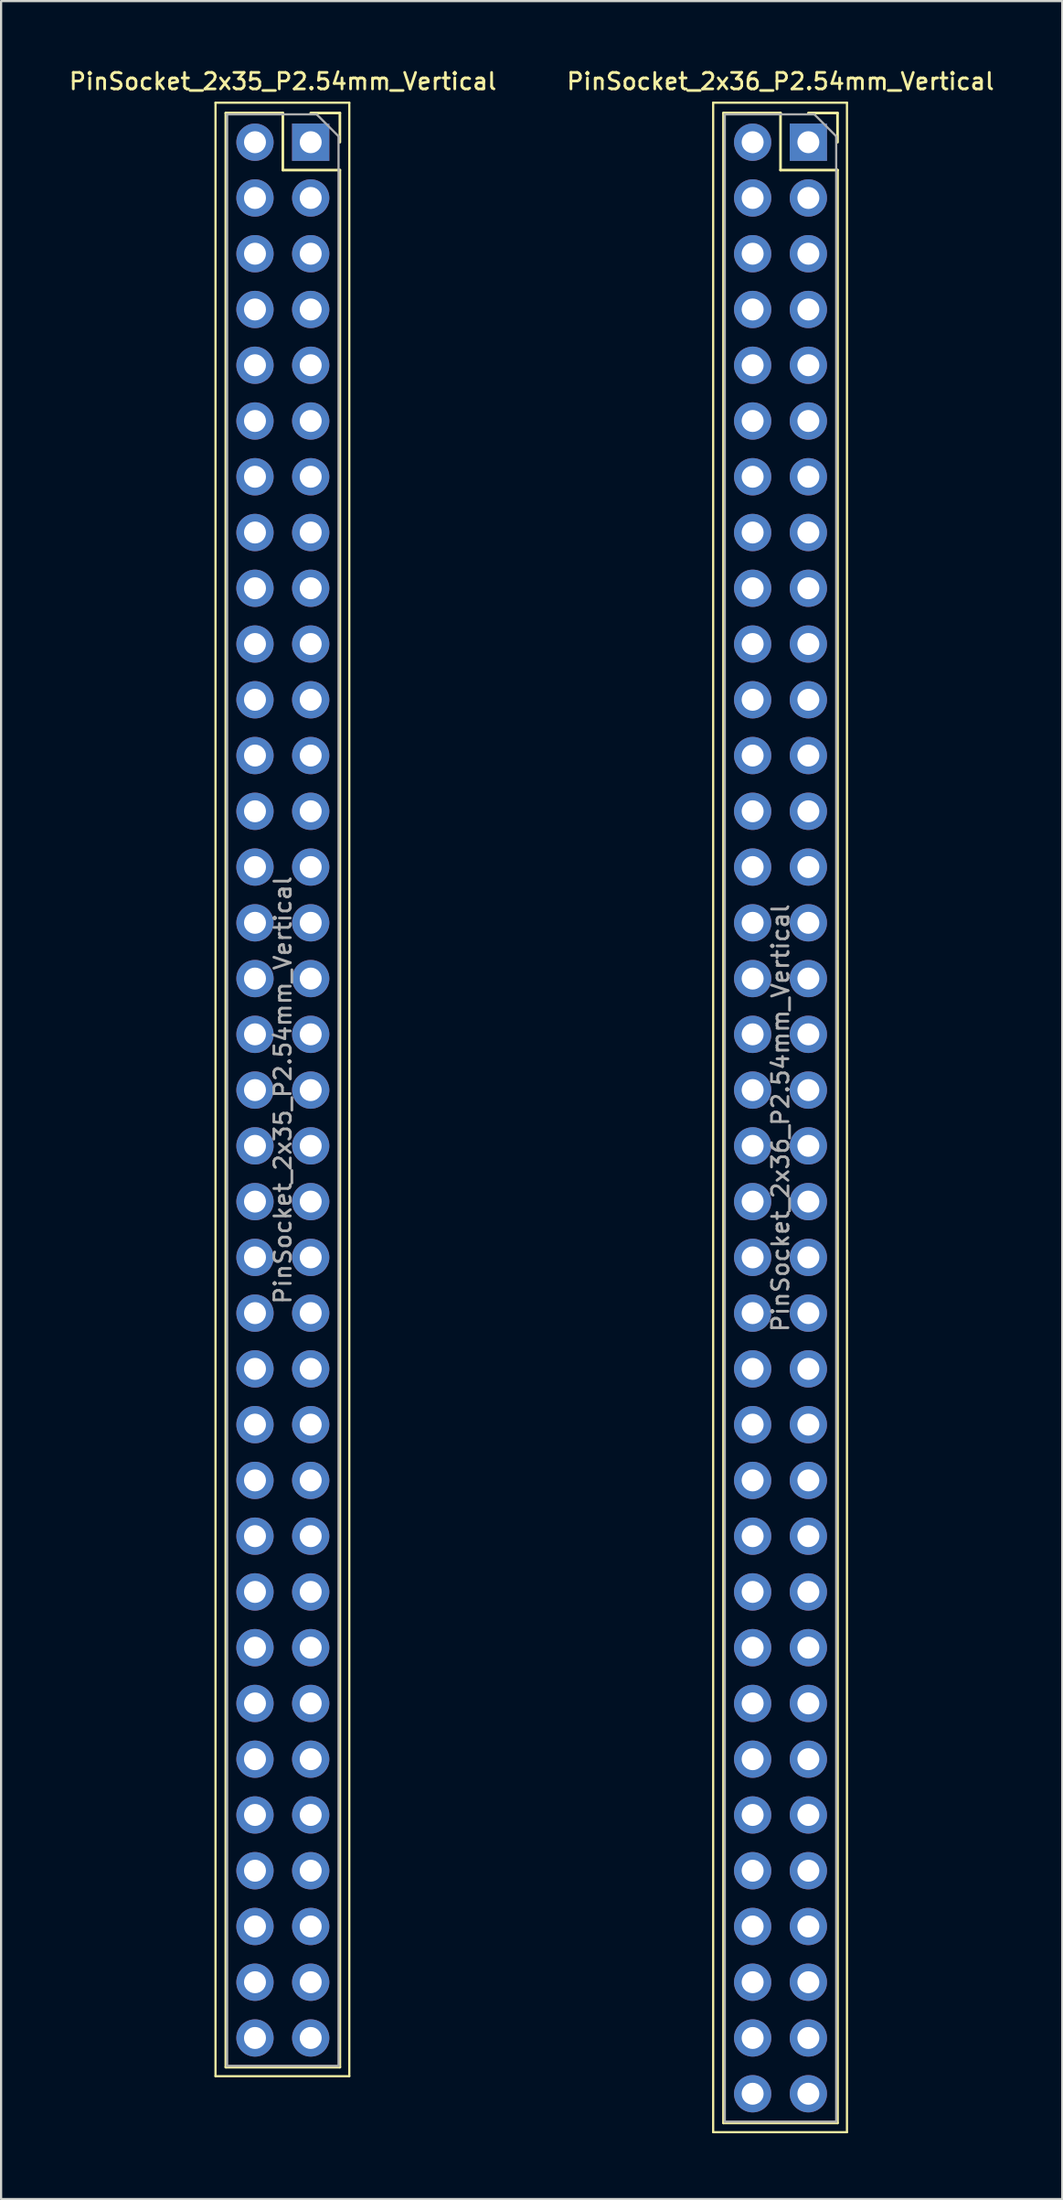
<source format=kicad_pcb>
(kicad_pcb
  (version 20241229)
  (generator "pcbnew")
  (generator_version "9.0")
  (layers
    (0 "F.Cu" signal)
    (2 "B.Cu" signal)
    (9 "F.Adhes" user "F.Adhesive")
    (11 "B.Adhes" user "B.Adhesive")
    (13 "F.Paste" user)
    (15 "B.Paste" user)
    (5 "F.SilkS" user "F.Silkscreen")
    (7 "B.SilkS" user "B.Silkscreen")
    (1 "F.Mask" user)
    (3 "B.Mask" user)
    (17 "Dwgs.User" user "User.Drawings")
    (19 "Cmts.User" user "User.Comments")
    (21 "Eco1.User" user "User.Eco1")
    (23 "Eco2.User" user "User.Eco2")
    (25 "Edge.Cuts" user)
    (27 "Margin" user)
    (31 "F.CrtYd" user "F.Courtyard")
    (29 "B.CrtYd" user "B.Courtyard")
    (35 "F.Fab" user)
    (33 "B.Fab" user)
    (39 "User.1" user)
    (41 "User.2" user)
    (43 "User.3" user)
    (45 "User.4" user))
  (footprint "PinSocket_2x36_P2.54mm_Vertical"
    (layer "F.Cu")
    (at 33.804 3.428)
    (property "Reference" "PinSocket_2x36_P2.54mm_Vertical" (at -1.27 -2.77 0) (layer "F.SilkS") (effects (font (size 0.75 0.75) (thickness 0.125))))
    (attr through_hole)
    (fp_line (start -4.34 -1.8) (end 1.76 -1.8) (stroke (width 0.1) (type solid)) (layer "F.SilkS"))
    (fp_line (start -4.34 90.65) (end -4.34 -1.8) (stroke (width 0.1) (type solid)) (layer "F.SilkS"))
    (fp_line (start -3.87 -1.33) (end -3.87 90.23) (stroke (width 0.12) (type solid)) (layer "F.SilkS"))
    (fp_line (start -3.87 -1.33) (end -1.27 -1.33) (stroke (width 0.12) (type solid)) (layer "F.SilkS"))
    (fp_line (start -3.87 90.23) (end 1.33 90.23) (stroke (width 0.12) (type solid)) (layer "F.SilkS"))
    (fp_line (start -1.27 -1.33) (end -1.27 1.27) (stroke (width 0.12) (type solid)) (layer "F.SilkS"))
    (fp_line (start -1.27 1.27) (end 1.33 1.27) (stroke (width 0.12) (type solid)) (layer "F.SilkS"))
    (fp_line (start 0 -1.33) (end 1.33 -1.33) (stroke (width 0.12) (type solid)) (layer "F.SilkS"))
    (fp_line (start 1.33 -1.33) (end 1.33 0) (stroke (width 0.12) (type solid)) (layer "F.SilkS"))
    (fp_line (start 1.33 1.27) (end 1.33 90.23) (stroke (width 0.12) (type solid)) (layer "F.SilkS"))
    (fp_line (start 1.76 -1.8) (end 1.76 90.65) (stroke (width 0.1) (type solid)) (layer "F.SilkS"))
    (fp_line (start 1.76 90.65) (end -4.34 90.65) (stroke (width 0.1) (type solid)) (layer "F.SilkS"))
    (fp_line (start -3.81 -1.27) (end 0.27 -1.27) (stroke (width 0.1) (type solid)) (layer "F.Fab"))
    (fp_line (start -3.81 90.17) (end -3.81 -1.27) (stroke (width 0.1) (type solid)) (layer "F.Fab"))
    (fp_line (start 0.27 -1.27) (end 1.27 -0.27) (stroke (width 0.1) (type solid)) (layer "F.Fab"))
    (fp_line (start 1.27 -0.27) (end 1.27 90.17) (stroke (width 0.1) (type solid)) (layer "F.Fab"))
    (fp_line (start 1.27 90.17) (end -3.81 90.17) (stroke (width 0.1) (type solid)) (layer "F.Fab"))
    (fp_text user "${REFERENCE}" (at -1.27 44.45 90) (layer "F.Fab") (effects (font (size 0.75 0.75) (thickness 0.125))))
    (pad "1" thru_hole rect (at 0 0) (size 1.7 1.7) (drill 1) (layers "*.Cu" "*.Mask"))
    (pad "2" thru_hole oval (at -2.54 0) (size 1.7 1.7) (drill 1) (layers "*.Cu" "*.Mask"))
    (pad "3" thru_hole oval (at 0 2.54) (size 1.7 1.7) (drill 1) (layers "*.Cu" "*.Mask"))
    (pad "4" thru_hole oval (at -2.54 2.54) (size 1.7 1.7) (drill 1) (layers "*.Cu" "*.Mask"))
    (pad "5" thru_hole oval (at 0 5.08) (size 1.7 1.7) (drill 1) (layers "*.Cu" "*.Mask"))
    (pad "6" thru_hole oval (at -2.54 5.08) (size 1.7 1.7) (drill 1) (layers "*.Cu" "*.Mask"))
    (pad "7" thru_hole oval (at 0 7.62) (size 1.7 1.7) (drill 1) (layers "*.Cu" "*.Mask"))
    (pad "8" thru_hole oval (at -2.54 7.62) (size 1.7 1.7) (drill 1) (layers "*.Cu" "*.Mask"))
    (pad "9" thru_hole oval (at 0 10.16) (size 1.7 1.7) (drill 1) (layers "*.Cu" "*.Mask"))
    (pad "10" thru_hole oval (at -2.54 10.16) (size 1.7 1.7) (drill 1) (layers "*.Cu" "*.Mask"))
    (pad "11" thru_hole oval (at 0 12.7) (size 1.7 1.7) (drill 1) (layers "*.Cu" "*.Mask"))
    (pad "12" thru_hole oval (at -2.54 12.7) (size 1.7 1.7) (drill 1) (layers "*.Cu" "*.Mask"))
    (pad "13" thru_hole oval (at 0 15.24) (size 1.7 1.7) (drill 1) (layers "*.Cu" "*.Mask"))
    (pad "14" thru_hole oval (at -2.54 15.24) (size 1.7 1.7) (drill 1) (layers "*.Cu" "*.Mask"))
    (pad "15" thru_hole oval (at 0 17.78) (size 1.7 1.7) (drill 1) (layers "*.Cu" "*.Mask"))
    (pad "16" thru_hole oval (at -2.54 17.78) (size 1.7 1.7) (drill 1) (layers "*.Cu" "*.Mask"))
    (pad "17" thru_hole oval (at 0 20.32) (size 1.7 1.7) (drill 1) (layers "*.Cu" "*.Mask"))
    (pad "18" thru_hole oval (at -2.54 20.32) (size 1.7 1.7) (drill 1) (layers "*.Cu" "*.Mask"))
    (pad "19" thru_hole oval (at 0 22.86) (size 1.7 1.7) (drill 1) (layers "*.Cu" "*.Mask"))
    (pad "20" thru_hole oval (at -2.54 22.86) (size 1.7 1.7) (drill 1) (layers "*.Cu" "*.Mask"))
    (pad "21" thru_hole oval (at 0 25.4) (size 1.7 1.7) (drill 1) (layers "*.Cu" "*.Mask"))
    (pad "22" thru_hole oval (at -2.54 25.4) (size 1.7 1.7) (drill 1) (layers "*.Cu" "*.Mask"))
    (pad "23" thru_hole oval (at 0 27.94) (size 1.7 1.7) (drill 1) (layers "*.Cu" "*.Mask"))
    (pad "24" thru_hole oval (at -2.54 27.94) (size 1.7 1.7) (drill 1) (layers "*.Cu" "*.Mask"))
    (pad "25" thru_hole oval (at 0 30.48) (size 1.7 1.7) (drill 1) (layers "*.Cu" "*.Mask"))
    (pad "26" thru_hole oval (at -2.54 30.48) (size 1.7 1.7) (drill 1) (layers "*.Cu" "*.Mask"))
    (pad "27" thru_hole oval (at 0 33.02) (size 1.7 1.7) (drill 1) (layers "*.Cu" "*.Mask"))
    (pad "28" thru_hole oval (at -2.54 33.02) (size 1.7 1.7) (drill 1) (layers "*.Cu" "*.Mask"))
    (pad "29" thru_hole oval (at 0 35.56) (size 1.7 1.7) (drill 1) (layers "*.Cu" "*.Mask"))
    (pad "30" thru_hole oval (at -2.54 35.56) (size 1.7 1.7) (drill 1) (layers "*.Cu" "*.Mask"))
    (pad "31" thru_hole oval (at 0 38.1) (size 1.7 1.7) (drill 1) (layers "*.Cu" "*.Mask"))
    (pad "32" thru_hole oval (at -2.54 38.1) (size 1.7 1.7) (drill 1) (layers "*.Cu" "*.Mask"))
    (pad "33" thru_hole oval (at 0 40.64) (size 1.7 1.7) (drill 1) (layers "*.Cu" "*.Mask"))
    (pad "34" thru_hole oval (at -2.54 40.64) (size 1.7 1.7) (drill 1) (layers "*.Cu" "*.Mask"))
    (pad "35" thru_hole oval (at 0 43.18) (size 1.7 1.7) (drill 1) (layers "*.Cu" "*.Mask"))
    (pad "36" thru_hole oval (at -2.54 43.18) (size 1.7 1.7) (drill 1) (layers "*.Cu" "*.Mask"))
    (pad "37" thru_hole oval (at 0 45.72) (size 1.7 1.7) (drill 1) (layers "*.Cu" "*.Mask"))
    (pad "38" thru_hole oval (at -2.54 45.72) (size 1.7 1.7) (drill 1) (layers "*.Cu" "*.Mask"))
    (pad "39" thru_hole oval (at 0 48.26) (size 1.7 1.7) (drill 1) (layers "*.Cu" "*.Mask"))
    (pad "40" thru_hole oval (at -2.54 48.26) (size 1.7 1.7) (drill 1) (layers "*.Cu" "*.Mask"))
    (pad "41" thru_hole oval (at 0 50.8) (size 1.7 1.7) (drill 1) (layers "*.Cu" "*.Mask"))
    (pad "42" thru_hole oval (at -2.54 50.8) (size 1.7 1.7) (drill 1) (layers "*.Cu" "*.Mask"))
    (pad "43" thru_hole oval (at 0 53.34) (size 1.7 1.7) (drill 1) (layers "*.Cu" "*.Mask"))
    (pad "44" thru_hole oval (at -2.54 53.34) (size 1.7 1.7) (drill 1) (layers "*.Cu" "*.Mask"))
    (pad "45" thru_hole oval (at 0 55.88) (size 1.7 1.7) (drill 1) (layers "*.Cu" "*.Mask"))
    (pad "46" thru_hole oval (at -2.54 55.88) (size 1.7 1.7) (drill 1) (layers "*.Cu" "*.Mask"))
    (pad "47" thru_hole oval (at 0 58.42) (size 1.7 1.7) (drill 1) (layers "*.Cu" "*.Mask"))
    (pad "48" thru_hole oval (at -2.54 58.42) (size 1.7 1.7) (drill 1) (layers "*.Cu" "*.Mask"))
    (pad "49" thru_hole oval (at 0 60.96) (size 1.7 1.7) (drill 1) (layers "*.Cu" "*.Mask"))
    (pad "50" thru_hole oval (at -2.54 60.96) (size 1.7 1.7) (drill 1) (layers "*.Cu" "*.Mask"))
    (pad "51" thru_hole oval (at 0 63.5) (size 1.7 1.7) (drill 1) (layers "*.Cu" "*.Mask"))
    (pad "52" thru_hole oval (at -2.54 63.5) (size 1.7 1.7) (drill 1) (layers "*.Cu" "*.Mask"))
    (pad "53" thru_hole oval (at 0 66.04) (size 1.7 1.7) (drill 1) (layers "*.Cu" "*.Mask"))
    (pad "54" thru_hole oval (at -2.54 66.04) (size 1.7 1.7) (drill 1) (layers "*.Cu" "*.Mask"))
    (pad "55" thru_hole oval (at 0 68.58) (size 1.7 1.7) (drill 1) (layers "*.Cu" "*.Mask"))
    (pad "56" thru_hole oval (at -2.54 68.58) (size 1.7 1.7) (drill 1) (layers "*.Cu" "*.Mask"))
    (pad "57" thru_hole oval (at 0 71.12) (size 1.7 1.7) (drill 1) (layers "*.Cu" "*.Mask"))
    (pad "58" thru_hole oval (at -2.54 71.12) (size 1.7 1.7) (drill 1) (layers "*.Cu" "*.Mask"))
    (pad "59" thru_hole oval (at 0 73.66) (size 1.7 1.7) (drill 1) (layers "*.Cu" "*.Mask"))
    (pad "60" thru_hole oval (at -2.54 73.66) (size 1.7 1.7) (drill 1) (layers "*.Cu" "*.Mask"))
    (pad "61" thru_hole oval (at 0 76.2) (size 1.7 1.7) (drill 1) (layers "*.Cu" "*.Mask"))
    (pad "62" thru_hole oval (at -2.54 76.2) (size 1.7 1.7) (drill 1) (layers "*.Cu" "*.Mask"))
    (pad "63" thru_hole oval (at 0 78.74) (size 1.7 1.7) (drill 1) (layers "*.Cu" "*.Mask"))
    (pad "64" thru_hole oval (at -2.54 78.74) (size 1.7 1.7) (drill 1) (layers "*.Cu" "*.Mask"))
    (pad "65" thru_hole oval (at 0 81.28) (size 1.7 1.7) (drill 1) (layers "*.Cu" "*.Mask"))
    (pad "66" thru_hole oval (at -2.54 81.28) (size 1.7 1.7) (drill 1) (layers "*.Cu" "*.Mask"))
    (pad "67" thru_hole oval (at 0 83.82) (size 1.7 1.7) (drill 1) (layers "*.Cu" "*.Mask"))
    (pad "68" thru_hole oval (at -2.54 83.82) (size 1.7 1.7) (drill 1) (layers "*.Cu" "*.Mask"))
    (pad "69" thru_hole oval (at 0 86.36) (size 1.7 1.7) (drill 1) (layers "*.Cu" "*.Mask"))
    (pad "70" thru_hole oval (at -2.54 86.36) (size 1.7 1.7) (drill 1) (layers "*.Cu" "*.Mask"))
    (pad "71" thru_hole oval (at 0 88.9) (size 1.7 1.7) (drill 1) (layers "*.Cu" "*.Mask"))
    (pad "72" thru_hole oval (at -2.54 88.9) (size 1.7 1.7) (drill 1) (layers "*.Cu" "*.Mask")))
  (footprint "PinSocket_2x35_P2.54mm_Vertical"
    (layer "F.Cu")
    (at 11.115 3.428)
    (property "Reference" "PinSocket_2x35_P2.54mm_Vertical" (at -1.27 -2.77 0) (layer "F.SilkS") (effects (font (size 0.75 0.75) (thickness 0.125))))
    (attr through_hole)
    (fp_line (start -4.34 -1.8) (end 1.76 -1.8) (stroke (width 0.1) (type solid)) (layer "F.SilkS"))
    (fp_line (start -4.34 88.1) (end -4.34 -1.8) (stroke (width 0.1) (type solid)) (layer "F.SilkS"))
    (fp_line (start -3.87 -1.33) (end -3.87 87.69) (stroke (width 0.12) (type solid)) (layer "F.SilkS"))
    (fp_line (start -3.87 -1.33) (end -1.27 -1.33) (stroke (width 0.12) (type solid)) (layer "F.SilkS"))
    (fp_line (start -3.87 87.69) (end 1.33 87.69) (stroke (width 0.12) (type solid)) (layer "F.SilkS"))
    (fp_line (start -1.27 -1.33) (end -1.27 1.27) (stroke (width 0.12) (type solid)) (layer "F.SilkS"))
    (fp_line (start -1.27 1.27) (end 1.33 1.27) (stroke (width 0.12) (type solid)) (layer "F.SilkS"))
    (fp_line (start 0 -1.33) (end 1.33 -1.33) (stroke (width 0.12) (type solid)) (layer "F.SilkS"))
    (fp_line (start 1.33 -1.33) (end 1.33 0) (stroke (width 0.12) (type solid)) (layer "F.SilkS"))
    (fp_line (start 1.33 1.27) (end 1.33 87.69) (stroke (width 0.12) (type solid)) (layer "F.SilkS"))
    (fp_line (start 1.76 -1.8) (end 1.76 88.1) (stroke (width 0.1) (type solid)) (layer "F.SilkS"))
    (fp_line (start 1.76 88.1) (end -4.34 88.1) (stroke (width 0.1) (type solid)) (layer "F.SilkS"))
    (fp_line (start -3.81 -1.27) (end 0.27 -1.27) (stroke (width 0.1) (type solid)) (layer "F.Fab"))
    (fp_line (start -3.81 87.63) (end -3.81 -1.27) (stroke (width 0.1) (type solid)) (layer "F.Fab"))
    (fp_line (start 0.27 -1.27) (end 1.27 -0.27) (stroke (width 0.1) (type solid)) (layer "F.Fab"))
    (fp_line (start 1.27 -0.27) (end 1.27 87.63) (stroke (width 0.1) (type solid)) (layer "F.Fab"))
    (fp_line (start 1.27 87.63) (end -3.81 87.63) (stroke (width 0.1) (type solid)) (layer "F.Fab"))
    (fp_text user "${REFERENCE}" (at -1.27 43.18 90) (layer "F.Fab") (effects (font (size 0.75 0.75) (thickness 0.125))))
    (pad "1" thru_hole rect (at 0 0) (size 1.7 1.7) (drill 1) (layers "*.Cu" "*.Mask"))
    (pad "2" thru_hole oval (at -2.54 0) (size 1.7 1.7) (drill 1) (layers "*.Cu" "*.Mask"))
    (pad "3" thru_hole oval (at 0 2.54) (size 1.7 1.7) (drill 1) (layers "*.Cu" "*.Mask"))
    (pad "4" thru_hole oval (at -2.54 2.54) (size 1.7 1.7) (drill 1) (layers "*.Cu" "*.Mask"))
    (pad "5" thru_hole oval (at 0 5.08) (size 1.7 1.7) (drill 1) (layers "*.Cu" "*.Mask"))
    (pad "6" thru_hole oval (at -2.54 5.08) (size 1.7 1.7) (drill 1) (layers "*.Cu" "*.Mask"))
    (pad "7" thru_hole oval (at 0 7.62) (size 1.7 1.7) (drill 1) (layers "*.Cu" "*.Mask"))
    (pad "8" thru_hole oval (at -2.54 7.62) (size 1.7 1.7) (drill 1) (layers "*.Cu" "*.Mask"))
    (pad "9" thru_hole oval (at 0 10.16) (size 1.7 1.7) (drill 1) (layers "*.Cu" "*.Mask"))
    (pad "10" thru_hole oval (at -2.54 10.16) (size 1.7 1.7) (drill 1) (layers "*.Cu" "*.Mask"))
    (pad "11" thru_hole oval (at 0 12.7) (size 1.7 1.7) (drill 1) (layers "*.Cu" "*.Mask"))
    (pad "12" thru_hole oval (at -2.54 12.7) (size 1.7 1.7) (drill 1) (layers "*.Cu" "*.Mask"))
    (pad "13" thru_hole oval (at 0 15.24) (size 1.7 1.7) (drill 1) (layers "*.Cu" "*.Mask"))
    (pad "14" thru_hole oval (at -2.54 15.24) (size 1.7 1.7) (drill 1) (layers "*.Cu" "*.Mask"))
    (pad "15" thru_hole oval (at 0 17.78) (size 1.7 1.7) (drill 1) (layers "*.Cu" "*.Mask"))
    (pad "16" thru_hole oval (at -2.54 17.78) (size 1.7 1.7) (drill 1) (layers "*.Cu" "*.Mask"))
    (pad "17" thru_hole oval (at 0 20.32) (size 1.7 1.7) (drill 1) (layers "*.Cu" "*.Mask"))
    (pad "18" thru_hole oval (at -2.54 20.32) (size 1.7 1.7) (drill 1) (layers "*.Cu" "*.Mask"))
    (pad "19" thru_hole oval (at 0 22.86) (size 1.7 1.7) (drill 1) (layers "*.Cu" "*.Mask"))
    (pad "20" thru_hole oval (at -2.54 22.86) (size 1.7 1.7) (drill 1) (layers "*.Cu" "*.Mask"))
    (pad "21" thru_hole oval (at 0 25.4) (size 1.7 1.7) (drill 1) (layers "*.Cu" "*.Mask"))
    (pad "22" thru_hole oval (at -2.54 25.4) (size 1.7 1.7) (drill 1) (layers "*.Cu" "*.Mask"))
    (pad "23" thru_hole oval (at 0 27.94) (size 1.7 1.7) (drill 1) (layers "*.Cu" "*.Mask"))
    (pad "24" thru_hole oval (at -2.54 27.94) (size 1.7 1.7) (drill 1) (layers "*.Cu" "*.Mask"))
    (pad "25" thru_hole oval (at 0 30.48) (size 1.7 1.7) (drill 1) (layers "*.Cu" "*.Mask"))
    (pad "26" thru_hole oval (at -2.54 30.48) (size 1.7 1.7) (drill 1) (layers "*.Cu" "*.Mask"))
    (pad "27" thru_hole oval (at 0 33.02) (size 1.7 1.7) (drill 1) (layers "*.Cu" "*.Mask"))
    (pad "28" thru_hole oval (at -2.54 33.02) (size 1.7 1.7) (drill 1) (layers "*.Cu" "*.Mask"))
    (pad "29" thru_hole oval (at 0 35.56) (size 1.7 1.7) (drill 1) (layers "*.Cu" "*.Mask"))
    (pad "30" thru_hole oval (at -2.54 35.56) (size 1.7 1.7) (drill 1) (layers "*.Cu" "*.Mask"))
    (pad "31" thru_hole oval (at 0 38.1) (size 1.7 1.7) (drill 1) (layers "*.Cu" "*.Mask"))
    (pad "32" thru_hole oval (at -2.54 38.1) (size 1.7 1.7) (drill 1) (layers "*.Cu" "*.Mask"))
    (pad "33" thru_hole oval (at 0 40.64) (size 1.7 1.7) (drill 1) (layers "*.Cu" "*.Mask"))
    (pad "34" thru_hole oval (at -2.54 40.64) (size 1.7 1.7) (drill 1) (layers "*.Cu" "*.Mask"))
    (pad "35" thru_hole oval (at 0 43.18) (size 1.7 1.7) (drill 1) (layers "*.Cu" "*.Mask"))
    (pad "36" thru_hole oval (at -2.54 43.18) (size 1.7 1.7) (drill 1) (layers "*.Cu" "*.Mask"))
    (pad "37" thru_hole oval (at 0 45.72) (size 1.7 1.7) (drill 1) (layers "*.Cu" "*.Mask"))
    (pad "38" thru_hole oval (at -2.54 45.72) (size 1.7 1.7) (drill 1) (layers "*.Cu" "*.Mask"))
    (pad "39" thru_hole oval (at 0 48.26) (size 1.7 1.7) (drill 1) (layers "*.Cu" "*.Mask"))
    (pad "40" thru_hole oval (at -2.54 48.26) (size 1.7 1.7) (drill 1) (layers "*.Cu" "*.Mask"))
    (pad "41" thru_hole oval (at 0 50.8) (size 1.7 1.7) (drill 1) (layers "*.Cu" "*.Mask"))
    (pad "42" thru_hole oval (at -2.54 50.8) (size 1.7 1.7) (drill 1) (layers "*.Cu" "*.Mask"))
    (pad "43" thru_hole oval (at 0 53.34) (size 1.7 1.7) (drill 1) (layers "*.Cu" "*.Mask"))
    (pad "44" thru_hole oval (at -2.54 53.34) (size 1.7 1.7) (drill 1) (layers "*.Cu" "*.Mask"))
    (pad "45" thru_hole oval (at 0 55.88) (size 1.7 1.7) (drill 1) (layers "*.Cu" "*.Mask"))
    (pad "46" thru_hole oval (at -2.54 55.88) (size 1.7 1.7) (drill 1) (layers "*.Cu" "*.Mask"))
    (pad "47" thru_hole oval (at 0 58.42) (size 1.7 1.7) (drill 1) (layers "*.Cu" "*.Mask"))
    (pad "48" thru_hole oval (at -2.54 58.42) (size 1.7 1.7) (drill 1) (layers "*.Cu" "*.Mask"))
    (pad "49" thru_hole oval (at 0 60.96) (size 1.7 1.7) (drill 1) (layers "*.Cu" "*.Mask"))
    (pad "50" thru_hole oval (at -2.54 60.96) (size 1.7 1.7) (drill 1) (layers "*.Cu" "*.Mask"))
    (pad "51" thru_hole oval (at 0 63.5) (size 1.7 1.7) (drill 1) (layers "*.Cu" "*.Mask"))
    (pad "52" thru_hole oval (at -2.54 63.5) (size 1.7 1.7) (drill 1) (layers "*.Cu" "*.Mask"))
    (pad "53" thru_hole oval (at 0 66.04) (size 1.7 1.7) (drill 1) (layers "*.Cu" "*.Mask"))
    (pad "54" thru_hole oval (at -2.54 66.04) (size 1.7 1.7) (drill 1) (layers "*.Cu" "*.Mask"))
    (pad "55" thru_hole oval (at 0 68.58) (size 1.7 1.7) (drill 1) (layers "*.Cu" "*.Mask"))
    (pad "56" thru_hole oval (at -2.54 68.58) (size 1.7 1.7) (drill 1) (layers "*.Cu" "*.Mask"))
    (pad "57" thru_hole oval (at 0 71.12) (size 1.7 1.7) (drill 1) (layers "*.Cu" "*.Mask"))
    (pad "58" thru_hole oval (at -2.54 71.12) (size 1.7 1.7) (drill 1) (layers "*.Cu" "*.Mask"))
    (pad "59" thru_hole oval (at 0 73.66) (size 1.7 1.7) (drill 1) (layers "*.Cu" "*.Mask"))
    (pad "60" thru_hole oval (at -2.54 73.66) (size 1.7 1.7) (drill 1) (layers "*.Cu" "*.Mask"))
    (pad "61" thru_hole oval (at 0 76.2) (size 1.7 1.7) (drill 1) (layers "*.Cu" "*.Mask"))
    (pad "62" thru_hole oval (at -2.54 76.2) (size 1.7 1.7) (drill 1) (layers "*.Cu" "*.Mask"))
    (pad "63" thru_hole oval (at 0 78.74) (size 1.7 1.7) (drill 1) (layers "*.Cu" "*.Mask"))
    (pad "64" thru_hole oval (at -2.54 78.74) (size 1.7 1.7) (drill 1) (layers "*.Cu" "*.Mask"))
    (pad "65" thru_hole oval (at 0 81.28) (size 1.7 1.7) (drill 1) (layers "*.Cu" "*.Mask"))
    (pad "66" thru_hole oval (at -2.54 81.28) (size 1.7 1.7) (drill 1) (layers "*.Cu" "*.Mask"))
    (pad "67" thru_hole oval (at 0 83.82) (size 1.7 1.7) (drill 1) (layers "*.Cu" "*.Mask"))
    (pad "68" thru_hole oval (at -2.54 83.82) (size 1.7 1.7) (drill 1) (layers "*.Cu" "*.Mask"))
    (pad "69" thru_hole oval (at 0 86.36) (size 1.7 1.7) (drill 1) (layers "*.Cu" "*.Mask"))
    (pad "70" thru_hole oval (at -2.54 86.36) (size 1.7 1.7) (drill 1) (layers "*.Cu" "*.Mask")))
  (gr_rect
    (start -3 -3)
    (end 45.379 97.128)
    (stroke (width 0.1) (type default))
    (fill no)
    (layer "Edge.Cuts")))
</source>
